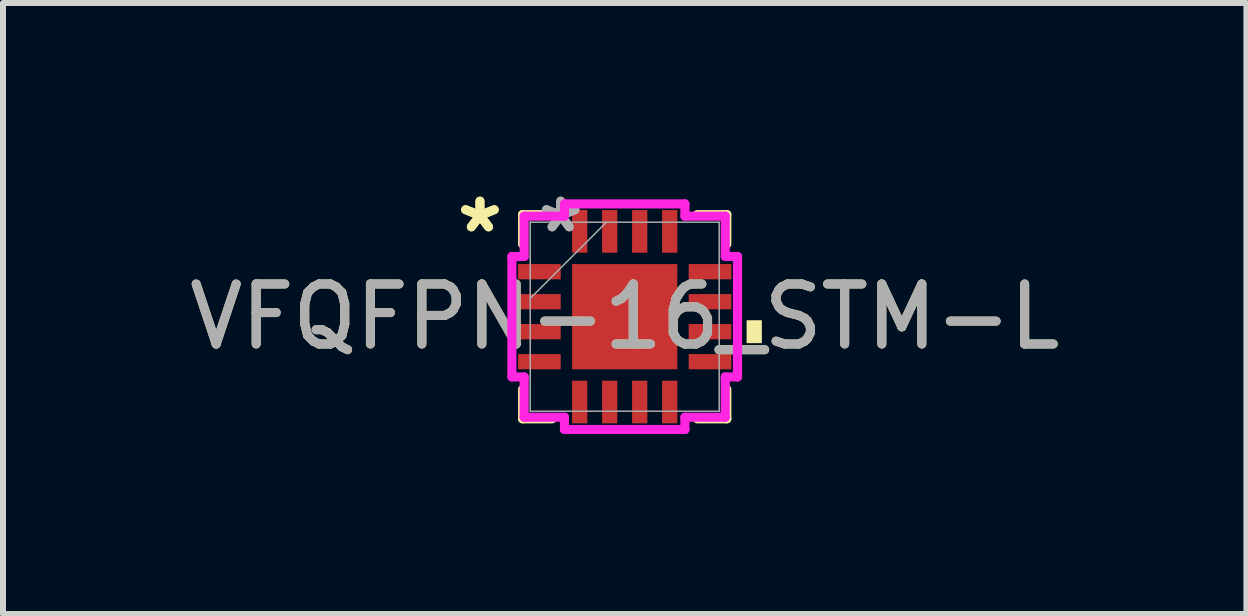
<source format=kicad_pcb>
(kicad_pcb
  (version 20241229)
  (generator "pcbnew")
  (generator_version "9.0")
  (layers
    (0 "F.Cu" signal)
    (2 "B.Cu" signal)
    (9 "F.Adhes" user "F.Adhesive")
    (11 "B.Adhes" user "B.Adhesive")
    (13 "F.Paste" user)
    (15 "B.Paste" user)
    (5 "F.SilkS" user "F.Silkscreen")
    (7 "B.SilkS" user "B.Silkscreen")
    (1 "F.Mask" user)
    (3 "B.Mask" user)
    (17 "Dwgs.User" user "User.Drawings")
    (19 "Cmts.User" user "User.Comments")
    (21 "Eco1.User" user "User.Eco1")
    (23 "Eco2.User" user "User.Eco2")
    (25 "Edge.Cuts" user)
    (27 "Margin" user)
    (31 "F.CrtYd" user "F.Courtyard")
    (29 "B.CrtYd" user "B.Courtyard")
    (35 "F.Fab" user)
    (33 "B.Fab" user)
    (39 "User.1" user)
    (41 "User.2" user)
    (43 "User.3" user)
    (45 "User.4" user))
  (footprint "VFQFPN-16_STM-L"
    (layer "F.Cu")
    (at 7.363 2.229)
    (property "Reference" "VFQFPN-16_STM-L" (at 0 0 0) (unlocked yes) (layer "F.SilkS") (effects (font (size 1 1) (thickness 0.15))))
    (attr smd)
    (fp_line (start -1.702 -1.702) (end -1.702 -1.21) (stroke (width 0.152) (type solid)) (layer "F.SilkS"))
    (fp_line (start -1.702 1.21) (end -1.702 1.702) (stroke (width 0.152) (type solid)) (layer "F.SilkS"))
    (fp_line (start -1.702 1.702) (end -1.21 1.702) (stroke (width 0.152) (type solid)) (layer "F.SilkS"))
    (fp_line (start -1.21 -1.702) (end -1.702 -1.702) (stroke (width 0.152) (type solid)) (layer "F.SilkS"))
    (fp_line (start 1.21 1.702) (end 1.702 1.702) (stroke (width 0.152) (type solid)) (layer "F.SilkS"))
    (fp_line (start 1.702 -1.702) (end 1.21 -1.702) (stroke (width 0.152) (type solid)) (layer "F.SilkS"))
    (fp_line (start 1.702 -1.21) (end 1.702 -1.702) (stroke (width 0.152) (type solid)) (layer "F.SilkS"))
    (fp_line (start 1.702 1.702) (end 1.702 1.21) (stroke (width 0.152) (type solid)) (layer "F.SilkS"))
    (fp_poly (pts (xy 2.286 0.059) (xy 2.286 0.441) (xy 2.032 0.441) (xy 2.032 0.059)) (stroke (width 0) (type solid)) (fill yes) (layer "F.SilkS"))
    (fp_line (start -1.88 -1.004) (end -1.676 -1.004) (stroke (width 0.152) (type solid)) (layer "F.CrtYd"))
    (fp_line (start -1.88 1.004) (end -1.88 -1.004) (stroke (width 0.152) (type solid)) (layer "F.CrtYd"))
    (fp_line (start -1.676 -1.676) (end -1.004 -1.676) (stroke (width 0.152) (type solid)) (layer "F.CrtYd"))
    (fp_line (start -1.676 -1.004) (end -1.676 -1.676) (stroke (width 0.152) (type solid)) (layer "F.CrtYd"))
    (fp_line (start -1.676 1.004) (end -1.88 1.004) (stroke (width 0.152) (type solid)) (layer "F.CrtYd"))
    (fp_line (start -1.676 1.676) (end -1.676 1.004) (stroke (width 0.152) (type solid)) (layer "F.CrtYd"))
    (fp_line (start -1.676 1.676) (end -1.004 1.676) (stroke (width 0.152) (type solid)) (layer "F.CrtYd"))
    (fp_line (start -1.004 -1.88) (end 1.004 -1.88) (stroke (width 0.152) (type solid)) (layer "F.CrtYd"))
    (fp_line (start -1.004 -1.676) (end -1.004 -1.88) (stroke (width 0.152) (type solid)) (layer "F.CrtYd"))
    (fp_line (start -1.004 1.676) (end -1.004 1.88) (stroke (width 0.152) (type solid)) (layer "F.CrtYd"))
    (fp_line (start -1.004 1.88) (end 1.004 1.88) (stroke (width 0.152) (type solid)) (layer "F.CrtYd"))
    (fp_line (start 1.004 -1.88) (end 1.004 -1.676) (stroke (width 0.152) (type solid)) (layer "F.CrtYd"))
    (fp_line (start 1.004 -1.676) (end 1.676 -1.676) (stroke (width 0.152) (type solid)) (layer "F.CrtYd"))
    (fp_line (start 1.004 1.676) (end 1.676 1.676) (stroke (width 0.152) (type solid)) (layer "F.CrtYd"))
    (fp_line (start 1.004 1.88) (end 1.004 1.676) (stroke (width 0.152) (type solid)) (layer "F.CrtYd"))
    (fp_line (start 1.676 -1.004) (end 1.676 -1.676) (stroke (width 0.152) (type solid)) (layer "F.CrtYd"))
    (fp_line (start 1.676 1.004) (end 1.88 1.004) (stroke (width 0.152) (type solid)) (layer "F.CrtYd"))
    (fp_line (start 1.676 1.676) (end 1.676 1.004) (stroke (width 0.152) (type solid)) (layer "F.CrtYd"))
    (fp_line (start 1.88 -1.004) (end 1.676 -1.004) (stroke (width 0.152) (type solid)) (layer "F.CrtYd"))
    (fp_line (start 1.88 1.004) (end 1.88 -1.004) (stroke (width 0.152) (type solid)) (layer "F.CrtYd"))
    (fp_line (start -1.575 -1.575) (end -1.575 1.575) (stroke (width 0.025) (type solid)) (layer "F.Fab"))
    (fp_line (start -1.575 -0.305) (end -0.305 -1.575) (stroke (width 0.025) (type solid)) (layer "F.Fab"))
    (fp_line (start -1.575 1.575) (end 1.575 1.575) (stroke (width 0.025) (type solid)) (layer "F.Fab"))
    (fp_line (start 1.575 -1.575) (end -1.575 -1.575) (stroke (width 0.025) (type solid)) (layer "F.Fab"))
    (fp_line (start 1.575 1.575) (end 1.575 -1.575) (stroke (width 0.025) (type solid)) (layer "F.Fab"))
    (fp_text user "*" (at -2.413 -1.381 0) (unlocked yes) (layer "F.SilkS") (effects (font (size 1 1) (thickness 0.15))))
    (fp_text user "*" (at -2.413 -1.381 0) (layer "F.SilkS") (effects (font (size 1 1) (thickness 0.15))))
    (fp_text user "*" (at -1.067 -1.381 0) (layer "F.Fab") (effects (font (size 1 1) (thickness 0.15))))
    (fp_text user "${REFERENCE}" (at 0 0 0) (unlocked yes) (layer "F.Fab") (effects (font (size 1 1) (thickness 0.15))))
    (fp_text user "*" (at -1.067 -1.381 0) (unlocked yes) (layer "F.Fab") (effects (font (size 1 1) (thickness 0.15))))
    (pad "1" smd rect (at -1.422 -0.75 90) (size 0.254 0.711) (layers "F.Cu" "F.Mask" "F.Paste"))
    (pad "2" smd rect (at -1.422 -0.25 90) (size 0.254 0.711) (layers "F.Cu" "F.Mask" "F.Paste"))
    (pad "3" smd rect (at -1.422 0.25 90) (size 0.254 0.711) (layers "F.Cu" "F.Mask" "F.Paste"))
    (pad "4" smd rect (at -1.422 0.75 90) (size 0.254 0.711) (layers "F.Cu" "F.Mask" "F.Paste"))
    (pad "5" smd rect (at -0.75 1.422) (size 0.254 0.711) (layers "F.Cu" "F.Mask" "F.Paste"))
    (pad "6" smd rect (at -0.25 1.422) (size 0.254 0.711) (layers "F.Cu" "F.Mask" "F.Paste"))
    (pad "7" smd rect (at 0.25 1.422) (size 0.254 0.711) (layers "F.Cu" "F.Mask" "F.Paste"))
    (pad "8" smd rect (at 0.75 1.422) (size 0.254 0.711) (layers "F.Cu" "F.Mask" "F.Paste"))
    (pad "9" smd rect (at 1.422 0.75 90) (size 0.254 0.711) (layers "F.Cu" "F.Mask" "F.Paste"))
    (pad "10" smd rect (at 1.422 0.25 90) (size 0.254 0.711) (layers "F.Cu" "F.Mask" "F.Paste"))
    (pad "11" smd rect (at 1.422 -0.25 90) (size 0.254 0.711) (layers "F.Cu" "F.Mask" "F.Paste"))
    (pad "12" smd rect (at 1.422 -0.75 90) (size 0.254 0.711) (layers "F.Cu" "F.Mask" "F.Paste"))
    (pad "13" smd rect (at 0.75 -1.422) (size 0.254 0.711) (layers "F.Cu" "F.Mask" "F.Paste"))
    (pad "14" smd rect (at 0.25 -1.422) (size 0.254 0.711) (layers "F.Cu" "F.Mask" "F.Paste"))
    (pad "15" smd rect (at -0.25 -1.422) (size 0.254 0.711) (layers "F.Cu" "F.Mask" "F.Paste"))
    (pad "16" smd rect (at -0.75 -1.422) (size 0.254 0.711) (layers "F.Cu" "F.Mask" "F.Paste"))
    (pad "17" smd rect (at 0 0) (size 1.753 1.753) (layers "F.Cu" "F.Mask" "F.Paste")))
  (gr_rect
    (start -3 -3)
    (end 17.726 7.185)
    (stroke (width 0.1) (type default))
    (fill no)
    (layer "Edge.Cuts")))
</source>
